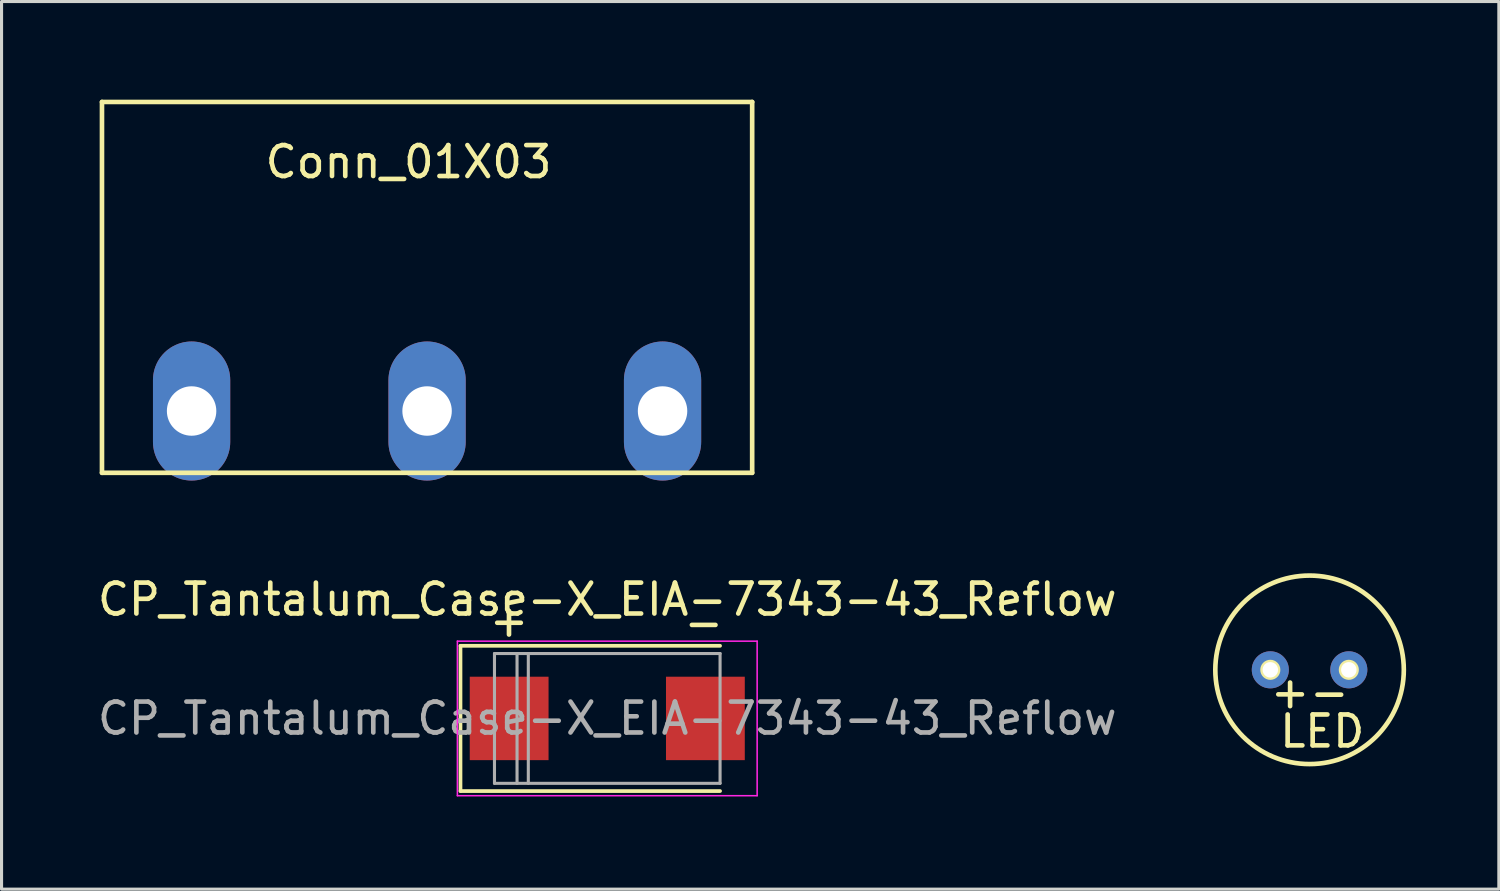
<source format=kicad_pcb>
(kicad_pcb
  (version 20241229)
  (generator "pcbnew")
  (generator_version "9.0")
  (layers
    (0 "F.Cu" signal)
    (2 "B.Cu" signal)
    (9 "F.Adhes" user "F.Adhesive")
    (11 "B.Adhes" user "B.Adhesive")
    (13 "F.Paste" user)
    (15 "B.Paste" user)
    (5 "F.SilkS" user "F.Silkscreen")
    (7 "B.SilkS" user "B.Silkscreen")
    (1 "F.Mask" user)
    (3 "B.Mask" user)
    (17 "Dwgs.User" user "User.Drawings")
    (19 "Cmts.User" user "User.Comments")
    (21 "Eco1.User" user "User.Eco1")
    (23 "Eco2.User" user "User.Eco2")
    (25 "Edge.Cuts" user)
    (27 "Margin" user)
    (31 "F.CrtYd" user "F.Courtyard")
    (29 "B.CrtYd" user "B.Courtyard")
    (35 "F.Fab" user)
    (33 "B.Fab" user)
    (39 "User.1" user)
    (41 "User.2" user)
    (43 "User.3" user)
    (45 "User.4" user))
  (footprint "Conn_01X03"
    (layer "F.Cu")
    (at 0.25 0.25)
    (property "Reference" "Conn_01X03" (at 9.92 1.94 0) (layer "F.SilkS") (effects (font (size 1 1) (thickness 0.15))))
    (attr through_hole)
    (fp_line (start 0 0) (end 0 12) (stroke (width 0.15) (type solid)) (layer "F.SilkS"))
    (fp_line (start 0 12) (end 21.04 12) (stroke (width 0.15) (type solid)) (layer "F.SilkS"))
    (fp_line (start 21.04 0) (end 0 0) (stroke (width 0.15) (type solid)) (layer "F.SilkS"))
    (fp_line (start 21.04 12) (end 21.04 0) (stroke (width 0.15) (type solid)) (layer "F.SilkS"))
    (pad "1" thru_hole oval (at 2.9 10) (size 2.5 4.5) (drill 1.6) (layers "*.Cu" "*.Mask"))
    (pad "2" thru_hole oval (at 10.52 10) (size 2.5 4.5) (drill 1.6) (layers "*.Cu" "*.Mask"))
    (pad "3" thru_hole oval (at 18.14 10) (size 2.5 4.5) (drill 1.6) (layers "*.Cu" "*.Mask")))
  (footprint "LED"
    (layer "F.Cu")
    (at 39.327 18.625)
    (property "Reference" "LED" (at 0.41 1.99 0) (layer "F.SilkS") (effects (font (size 1 1) (thickness 0.15))))
    (attr through_hole)
    (fp_circle (center -1.27 0) (end -1.02 0) (stroke (width 0.15) (type solid)) (fill no) (layer "F.SilkS"))
    (fp_circle (center 0 0) (end 3.05 0) (stroke (width 0.15) (type solid)) (fill no) (layer "F.SilkS"))
    (fp_circle (center 1.27 0) (end 1.02 0) (stroke (width 0.15) (type solid)) (fill no) (layer "F.SilkS"))
    (fp_text user "+" (at -0.63 0.72 0) (layer "F.SilkS") (effects (font (size 1 1) (thickness 0.15))))
    (fp_text user "-" (at 0.64 0.73 0) (layer "F.SilkS") (effects (font (size 1 1) (thickness 0.15))))
    (pad "1" thru_hole circle (at 1.27 0) (size 1.2 1.2) (drill 0.5) (layers "*.Cu" "*.Mask"))
    (pad "2" thru_hole circle (at -1.27 0) (size 1.2 1.2) (drill 0.5) (layers "*.Cu" "*.Mask")))
  (footprint "CP_Tantalum_Case-X_EIA-7343-43_Reflow"
    (layer "F.Cu")
    (at 16.601 20.198)
    (property "Reference" "CP_Tantalum_Case-X_EIA-7343-43_Reflow" (at 0 -3.85 0) (layer "F.SilkS") (effects (font (size 1 1) (thickness 0.15))))
    (attr smd)
    (fp_line (start -4.75 -2.35) (end -4.75 2.35) (stroke (width 0.12) (type solid)) (layer "F.SilkS"))
    (fp_line (start -4.75 -2.35) (end 3.65 -2.35) (stroke (width 0.12) (type solid)) (layer "F.SilkS"))
    (fp_line (start -4.75 2.35) (end 3.65 2.35) (stroke (width 0.12) (type solid)) (layer "F.SilkS"))
    (fp_line (start -4.85 -2.5) (end -4.85 2.5) (stroke (width 0.05) (type solid)) (layer "F.CrtYd"))
    (fp_line (start -4.85 2.5) (end 4.85 2.5) (stroke (width 0.05) (type solid)) (layer "F.CrtYd"))
    (fp_line (start 4.85 -2.5) (end -4.85 -2.5) (stroke (width 0.05) (type solid)) (layer "F.CrtYd"))
    (fp_line (start 4.85 2.5) (end 4.85 -2.5) (stroke (width 0.05) (type solid)) (layer "F.CrtYd"))
    (fp_line (start -3.65 -2.1) (end -3.65 2.1) (stroke (width 0.1) (type solid)) (layer "F.Fab"))
    (fp_line (start -3.65 2.1) (end 3.65 2.1) (stroke (width 0.1) (type solid)) (layer "F.Fab"))
    (fp_line (start -2.92 -2.1) (end -2.92 2.1) (stroke (width 0.1) (type solid)) (layer "F.Fab"))
    (fp_line (start -2.555 -2.1) (end -2.555 2.1) (stroke (width 0.1) (type solid)) (layer "F.Fab"))
    (fp_line (start 3.65 -2.1) (end -3.65 -2.1) (stroke (width 0.1) (type solid)) (layer "F.Fab"))
    (fp_line (start 3.65 2.1) (end 3.65 -2.1) (stroke (width 0.1) (type solid)) (layer "F.Fab"))
    (fp_text user "+" (at -3.18 -3.17 0) (layer "F.SilkS") (effects (font (size 1 1) (thickness 0.15))))
    (fp_text user "-" (at 3.12 -3.1 0) (layer "F.SilkS") (effects (font (size 1 1) (thickness 0.15))))
    (fp_text user "${REFERENCE}" (at 0 0 0) (layer "F.Fab") (effects (font (size 1 1) (thickness 0.15))))
    (pad "1" smd rect (at -3.175 0) (size 2.55 2.7) (layers "F.Cu" "F.Mask" "F.Paste"))
    (pad "2" smd rect (at 3.175 0) (size 2.55 2.7) (layers "F.Cu" "F.Mask" "F.Paste")))
  (gr_rect
    (start -3 -3)
    (end 45.452 25.723)
    (stroke (width 0.1) (type default))
    (fill no)
    (layer "Edge.Cuts")))
</source>
